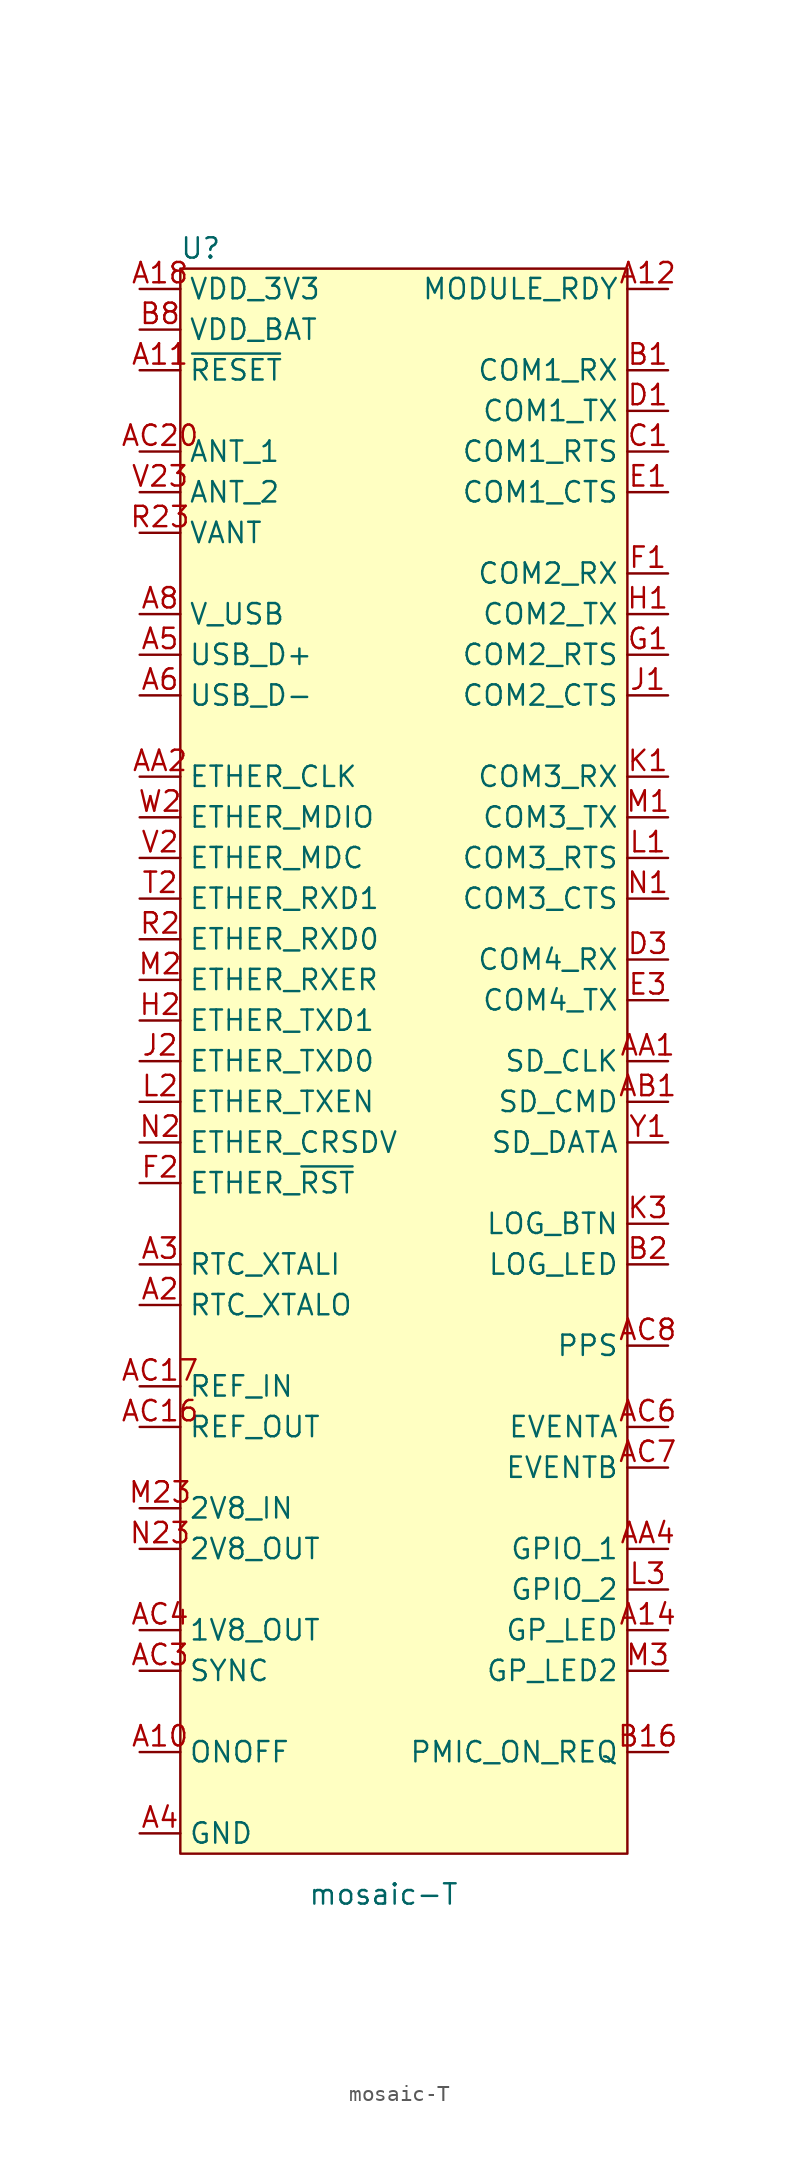
<source format=kicad_sym>
(kicad_symbol_lib
  (version 20231120)
  (generator "kicad_symbol_editor")
  (generator_version "8.0")
  (symbol "mosaic-T"
    (property "Reference" "U"
      (at -12.7 44.45 0)
      (effects (font (size 1.27 1.27))))
    (property "Value" "mosaic-T"
      (at -1.27 -58.42 0)
      (effects (font (size 1.27 1.27))))
    (symbol "mosaic-T_1_1"
      (rectangle (start -13.97 43.18) (end 13.97 -55.88) (stroke (width 0) (type default)) (fill (type background)))
      (pin input line (at -16.51 -49.53 0) (length 2.54) (name "ONOFF" (effects (font (size 1.27 1.27)))) (number "A10" (effects (font (size 1.27 1.27)))))
      (pin input line (at -16.51 36.83 0) (length 2.54) (name "~{RESET}" (effects (font (size 1.27 1.27)))) (number "A11" (effects (font (size 1.27 1.27)))))
      (pin output line (at 16.51 41.91 180) (length 2.54) (name "MODULE_RDY" (effects (font (size 1.27 1.27)))) (number "A12" (effects (font (size 1.27 1.27)))))
      (pin output line (at 16.51 -41.91 180) (length 2.54) (name "GP_LED" (effects (font (size 1.27 1.27)))) (number "A14" (effects (font (size 1.27 1.27)))))
      (pin power_in line (at -16.51 -54.61 0) (length 2.54) hide (name "GND" (effects (font (size 1.27 1.27)))) (number "A15" (effects (font (size 1.27 1.27)))) (alternate "PowerPins" input line))
      (pin power_in line (at -16.51 -54.61 0) (length 2.54) hide (name "GND" (effects (font (size 1.27 1.27)))) (number "A16" (effects (font (size 1.27 1.27)))) (alternate "PowerPins" input line))
      (pin power_in line (at -16.51 -54.61 0) (length 2.54) hide (name "GND" (effects (font (size 1.27 1.27)))) (number "A17" (effects (font (size 1.27 1.27)))) (alternate "PowerPins" input line))
      (pin power_in line (at -16.51 41.91 0) (length 2.54) (name "VDD_3V3" (effects (font (size 1.27 1.27)))) (number "A18" (effects (font (size 1.27 1.27)))))
      (pin power_in line (at -16.51 41.91 0) (length 2.54) hide (name "VDD_3V3" (effects (font (size 1.27 1.27)))) (number "A19" (effects (font (size 1.27 1.27)))))
      (pin output line (at -16.51 -21.59 0) (length 2.54) (name "RTC_XTALO" (effects (font (size 1.27 1.27)))) (number "A2" (effects (font (size 1.27 1.27)))))
      (pin power_in line (at -16.51 41.91 0) (length 2.54) hide (name "VDD_3V3" (effects (font (size 1.27 1.27)))) (number "A20" (effects (font (size 1.27 1.27)))))
      (pin power_in line (at -16.51 -54.61 0) (length 2.54) hide (name "GND" (effects (font (size 1.27 1.27)))) (number "A21" (effects (font (size 1.27 1.27)))) (alternate "PowerPins" input line))
      (pin power_in line (at -16.51 -54.61 0) (length 2.54) hide (name "GND" (effects (font (size 1.27 1.27)))) (number "A22" (effects (font (size 1.27 1.27)))) (alternate "PowerPins" input line))
      (pin power_in line (at -16.51 -54.61 0) (length 2.54) hide (name "GND" (effects (font (size 1.27 1.27)))) (number "A23" (effects (font (size 1.27 1.27)))) (alternate "PowerPins" input line))
      (pin input line (at -16.51 -19.05 0) (length 2.54) (name "RTC_XTALI" (effects (font (size 1.27 1.27)))) (number "A3" (effects (font (size 1.27 1.27)))))
      (pin power_in line (at -16.51 -54.61 0) (length 2.54) (name "GND" (effects (font (size 1.27 1.27)))) (number "A4" (effects (font (size 1.27 1.27)))) (alternate "PowerPins" input line))
      (pin bidirectional line (at -16.51 19.05 0) (length 2.54) (name "USB_D+" (effects (font (size 1.27 1.27)))) (number "A5" (effects (font (size 1.27 1.27)))))
      (pin bidirectional line (at -16.51 16.51 0) (length 2.54) (name "USB_D-" (effects (font (size 1.27 1.27)))) (number "A6" (effects (font (size 1.27 1.27)))))
      (pin power_in line (at -16.51 -54.61 0) (length 2.54) hide (name "GND" (effects (font (size 1.27 1.27)))) (number "A7" (effects (font (size 1.27 1.27)))) (alternate "PowerPins" input line))
      (pin power_in line (at -16.51 21.59 0) (length 2.54) (name "V_USB" (effects (font (size 1.27 1.27)))) (number "A8" (effects (font (size 1.27 1.27)))))
      (pin output line (at 16.51 -6.35 180) (length 2.54) (name "SD_CLK" (effects (font (size 1.27 1.27)))) (number "AA1" (effects (font (size 1.27 1.27)))))
      (pin power_in line (at -16.51 -54.61 0) (length 2.54) hide (name "GND" (effects (font (size 1.27 1.27)))) (number "AA13" (effects (font (size 1.27 1.27)))) (alternate "PowerPins" input line))
      (pin power_in line (at -16.51 -54.61 0) (length 2.54) hide (name "GND" (effects (font (size 1.27 1.27)))) (number "AA14" (effects (font (size 1.27 1.27)))) (alternate "PowerPins" input line))
      (pin power_in line (at -16.51 -54.61 0) (length 2.54) hide (name "GND" (effects (font (size 1.27 1.27)))) (number "AA15" (effects (font (size 1.27 1.27)))) (alternate "PowerPins" input line))
      (pin power_in line (at -16.51 -54.61 0) (length 2.54) hide (name "GND" (effects (font (size 1.27 1.27)))) (number "AA16" (effects (font (size 1.27 1.27)))) (alternate "PowerPins" input line))
      (pin power_in line (at -16.51 -54.61 0) (length 2.54) hide (name "GND" (effects (font (size 1.27 1.27)))) (number "AA17" (effects (font (size 1.27 1.27)))) (alternate "PowerPins" input line))
      (pin power_in line (at -16.51 -54.61 0) (length 2.54) hide (name "GND" (effects (font (size 1.27 1.27)))) (number "AA18" (effects (font (size 1.27 1.27)))) (alternate "PowerPins" input line))
      (pin power_in line (at -16.51 -54.61 0) (length 2.54) hide (name "GND" (effects (font (size 1.27 1.27)))) (number "AA19" (effects (font (size 1.27 1.27)))) (alternate "PowerPins" input line))
      (pin output line (at -16.51 11.43 0) (length 2.54) (name "ETHER_CLK" (effects (font (size 1.27 1.27)))) (number "AA2" (effects (font (size 1.27 1.27)))))
      (pin power_in line (at -16.51 -54.61 0) (length 2.54) hide (name "GND" (effects (font (size 1.27 1.27)))) (number "AA20" (effects (font (size 1.27 1.27)))) (alternate "PowerPins" input line))
      (pin power_in line (at -16.51 -54.61 0) (length 2.54) hide (name "GND" (effects (font (size 1.27 1.27)))) (number "AA21" (effects (font (size 1.27 1.27)))) (alternate "PowerPins" input line))
      (pin power_in line (at -16.51 -54.61 0) (length 2.54) hide (name "GND" (effects (font (size 1.27 1.27)))) (number "AA22" (effects (font (size 1.27 1.27)))) (alternate "PowerPins" input line))
      (pin power_in line (at -16.51 -54.61 0) (length 2.54) hide (name "GND" (effects (font (size 1.27 1.27)))) (number "AA23" (effects (font (size 1.27 1.27)))) (alternate "PowerPins" input line))
      (pin output line (at 16.51 -36.83 180) (length 2.54) (name "GPIO_1" (effects (font (size 1.27 1.27)))) (number "AA4" (effects (font (size 1.27 1.27)))))
      (pin output line (at 16.51 -8.89 180) (length 2.54) (name "SD_CMD" (effects (font (size 1.27 1.27)))) (number "AB1" (effects (font (size 1.27 1.27)))))
      (pin power_in line (at -16.51 -54.61 0) (length 2.54) hide (name "GND" (effects (font (size 1.27 1.27)))) (number "AB13" (effects (font (size 1.27 1.27)))) (alternate "PowerPins" input line))
      (pin power_in line (at -16.51 -54.61 0) (length 2.54) hide (name "GND" (effects (font (size 1.27 1.27)))) (number "AB14" (effects (font (size 1.27 1.27)))) (alternate "PowerPins" input line))
      (pin power_in line (at -16.51 -54.61 0) (length 2.54) hide (name "GND" (effects (font (size 1.27 1.27)))) (number "AB15" (effects (font (size 1.27 1.27)))) (alternate "PowerPins" input line))
      (pin power_in line (at -16.51 -54.61 0) (length 2.54) hide (name "GND" (effects (font (size 1.27 1.27)))) (number "AB16" (effects (font (size 1.27 1.27)))) (alternate "PowerPins" input line))
      (pin power_in line (at -16.51 -54.61 0) (length 2.54) hide (name "GND" (effects (font (size 1.27 1.27)))) (number "AB17" (effects (font (size 1.27 1.27)))) (alternate "PowerPins" input line))
      (pin power_in line (at -16.51 -54.61 0) (length 2.54) hide (name "GND" (effects (font (size 1.27 1.27)))) (number "AB18" (effects (font (size 1.27 1.27)))) (alternate "PowerPins" input line))
      (pin power_in line (at -16.51 -54.61 0) (length 2.54) hide (name "GND" (effects (font (size 1.27 1.27)))) (number "AB19" (effects (font (size 1.27 1.27)))) (alternate "PowerPins" input line))
      (pin power_in line (at -16.51 -54.61 0) (length 2.54) hide (name "GND" (effects (font (size 1.27 1.27)))) (number "AB2" (effects (font (size 1.27 1.27)))) (alternate "PowerPins" input line))
      (pin power_in line (at -16.51 -54.61 0) (length 2.54) hide (name "GND" (effects (font (size 1.27 1.27)))) (number "AB20" (effects (font (size 1.27 1.27)))) (alternate "PowerPins" input line))
      (pin power_in line (at -16.51 -54.61 0) (length 2.54) hide (name "GND" (effects (font (size 1.27 1.27)))) (number "AB21" (effects (font (size 1.27 1.27)))) (alternate "PowerPins" input line))
      (pin power_in line (at -16.51 -54.61 0) (length 2.54) hide (name "GND" (effects (font (size 1.27 1.27)))) (number "AB22" (effects (font (size 1.27 1.27)))) (alternate "PowerPins" input line))
      (pin power_in line (at -16.51 -54.61 0) (length 2.54) hide (name "GND" (effects (font (size 1.27 1.27)))) (number "AB23" (effects (font (size 1.27 1.27)))) (alternate "PowerPins" input line))
      (pin power_in line (at -16.51 -54.61 0) (length 2.54) hide (name "GND" (effects (font (size 1.27 1.27)))) (number "AB3" (effects (font (size 1.27 1.27)))) (alternate "PowerPins" input line))
      (pin power_in line (at -16.51 -54.61 0) (length 2.54) hide (name "GND" (effects (font (size 1.27 1.27)))) (number "AB4" (effects (font (size 1.27 1.27)))) (alternate "PowerPins" input line))
      (pin power_in line (at -16.51 -54.61 0) (length 2.54) hide (name "GND" (effects (font (size 1.27 1.27)))) (number "AB5" (effects (font (size 1.27 1.27)))) (alternate "PowerPins" input line))
      (pin power_in line (at -16.51 -54.61 0) (length 2.54) hide (name "GND" (effects (font (size 1.27 1.27)))) (number "AB6" (effects (font (size 1.27 1.27)))) (alternate "PowerPins" input line))
      (pin power_in line (at -16.51 -54.61 0) (length 2.54) hide (name "GND" (effects (font (size 1.27 1.27)))) (number "AB7" (effects (font (size 1.27 1.27)))) (alternate "PowerPins" input line))
      (pin power_in line (at -16.51 -54.61 0) (length 2.54) hide (name "GND" (effects (font (size 1.27 1.27)))) (number "AB8" (effects (font (size 1.27 1.27)))) (alternate "PowerPins" input line))
      (pin power_in line (at -16.51 -54.61 0) (length 2.54) hide (name "GND" (effects (font (size 1.27 1.27)))) (number "AC13" (effects (font (size 1.27 1.27)))) (alternate "PowerPins" input line))
      (pin no_connect line (at -13.97 -24.13 0) (length 2.54) hide (name "VTUNE" (effects (font (size 1.27 1.27)))) (number "AC14" (effects (font (size 1.27 1.27)))) (alternate "PowerPins" input line))
      (pin power_in line (at -16.51 -54.61 0) (length 2.54) hide (name "GND" (effects (font (size 1.27 1.27)))) (number "AC15" (effects (font (size 1.27 1.27)))) (alternate "PowerPins" input line))
      (pin output line (at -16.51 -29.21 0) (length 2.54) (name "REF_OUT" (effects (font (size 1.27 1.27)))) (number "AC16" (effects (font (size 1.27 1.27)))))
      (pin input line (at -16.51 -26.67 0) (length 2.54) (name "REF_IN" (effects (font (size 1.27 1.27)))) (number "AC17" (effects (font (size 1.27 1.27)))))
      (pin power_in line (at -16.51 -54.61 0) (length 2.54) hide (name "GND" (effects (font (size 1.27 1.27)))) (number "AC18" (effects (font (size 1.27 1.27)))) (alternate "PowerPins" input line))
      (pin power_in line (at -16.51 -54.61 0) (length 2.54) hide (name "GND" (effects (font (size 1.27 1.27)))) (number "AC19" (effects (font (size 1.27 1.27)))) (alternate "PowerPins" input line))
      (pin input line (at -16.51 31.75 0) (length 2.54) (name "ANT_1" (effects (font (size 1.27 1.27)))) (number "AC20" (effects (font (size 1.27 1.27)))))
      (pin power_in line (at -16.51 -54.61 0) (length 2.54) hide (name "GND" (effects (font (size 1.27 1.27)))) (number "AC21" (effects (font (size 1.27 1.27)))) (alternate "PowerPins" input line))
      (pin power_in line (at -16.51 -54.61 0) (length 2.54) hide (name "GND" (effects (font (size 1.27 1.27)))) (number "AC22" (effects (font (size 1.27 1.27)))) (alternate "PowerPins" input line))
      (pin power_in line (at -16.51 -54.61 0) (length 2.54) hide (name "GND" (effects (font (size 1.27 1.27)))) (number "AC23" (effects (font (size 1.27 1.27)))) (alternate "PowerPins" input line))
      (pin input line (at -16.51 -44.45 0) (length 2.54) (name "SYNC" (effects (font (size 1.27 1.27)))) (number "AC3" (effects (font (size 1.27 1.27)))))
      (pin power_out line (at -16.51 -41.91 0) (length 2.54) (name "1V8_OUT" (effects (font (size 1.27 1.27)))) (number "AC4" (effects (font (size 1.27 1.27)))))
      (pin input line (at 16.51 -29.21 180) (length 2.54) (name "EVENTA" (effects (font (size 1.27 1.27)))) (number "AC6" (effects (font (size 1.27 1.27)))))
      (pin input line (at 16.51 -31.75 180) (length 2.54) (name "EVENTB" (effects (font (size 1.27 1.27)))) (number "AC7" (effects (font (size 1.27 1.27)))))
      (pin output line (at 16.51 -24.13 180) (length 2.54) (name "PPS" (effects (font (size 1.27 1.27)))) (number "AC8" (effects (font (size 1.27 1.27)))))
      (pin input line (at 16.51 36.83 180) (length 2.54) (name "COM1_RX" (effects (font (size 1.27 1.27)))) (number "B1" (effects (font (size 1.27 1.27)))))
      (pin power_in line (at -16.51 -54.61 0) (length 2.54) hide (name "GND" (effects (font (size 1.27 1.27)))) (number "B13" (effects (font (size 1.27 1.27)))) (alternate "PowerPins" input line))
      (pin output line (at 16.51 -49.53 180) (length 2.54) (name "PMIC_ON_REQ" (effects (font (size 1.27 1.27)))) (number "B16" (effects (font (size 1.27 1.27)))))
      (pin power_in line (at -16.51 -54.61 0) (length 2.54) hide (name "GND" (effects (font (size 1.27 1.27)))) (number "B17" (effects (font (size 1.27 1.27)))) (alternate "PowerPins" input line))
      (pin power_in line (at -16.51 41.91 0) (length 2.54) hide (name "VDD_3V3" (effects (font (size 1.27 1.27)))) (number "B18" (effects (font (size 1.27 1.27)))))
      (pin power_in line (at -16.51 41.91 0) (length 2.54) hide (name "VDD_3V3" (effects (font (size 1.27 1.27)))) (number "B19" (effects (font (size 1.27 1.27)))))
      (pin output line (at 16.51 -19.05 180) (length 2.54) (name "LOG_LED" (effects (font (size 1.27 1.27)))) (number "B2" (effects (font (size 1.27 1.27)))))
      (pin power_in line (at -16.51 41.91 0) (length 2.54) hide (name "VDD_3V3" (effects (font (size 1.27 1.27)))) (number "B20" (effects (font (size 1.27 1.27)))))
      (pin power_in line (at -16.51 -54.61 0) (length 2.54) hide (name "GND" (effects (font (size 1.27 1.27)))) (number "B21" (effects (font (size 1.27 1.27)))) (alternate "PowerPins" input line))
      (pin power_in line (at -16.51 -54.61 0) (length 2.54) hide (name "GND" (effects (font (size 1.27 1.27)))) (number "B4" (effects (font (size 1.27 1.27)))) (alternate "PowerPins" input line))
      (pin power_in line (at -16.51 -54.61 0) (length 2.54) hide (name "GND" (effects (font (size 1.27 1.27)))) (number "B5" (effects (font (size 1.27 1.27)))) (alternate "PowerPins" input line))
      (pin power_in line (at -16.51 -54.61 0) (length 2.54) hide (name "GND" (effects (font (size 1.27 1.27)))) (number "B6" (effects (font (size 1.27 1.27)))) (alternate "PowerPins" input line))
      (pin power_in line (at -16.51 -54.61 0) (length 2.54) hide (name "GND" (effects (font (size 1.27 1.27)))) (number "B7" (effects (font (size 1.27 1.27)))) (alternate "PowerPins" input line))
      (pin power_in line (at -16.51 39.37 0) (length 2.54) (name "VDD_BAT" (effects (font (size 1.27 1.27)))) (number "B8" (effects (font (size 1.27 1.27)))))
      (pin output line (at 16.51 31.75 180) (length 2.54) (name "COM1_RTS" (effects (font (size 1.27 1.27)))) (number "C1" (effects (font (size 1.27 1.27)))))
      (pin power_in line (at -16.51 -54.61 0) (length 2.54) hide (name "GND" (effects (font (size 1.27 1.27)))) (number "C15" (effects (font (size 1.27 1.27)))) (alternate "PowerPins" input line))
      (pin power_in line (at -16.51 -54.61 0) (length 2.54) hide (name "GND" (effects (font (size 1.27 1.27)))) (number "C16" (effects (font (size 1.27 1.27)))) (alternate "PowerPins" input line))
      (pin power_in line (at -16.51 -54.61 0) (length 2.54) hide (name "GND" (effects (font (size 1.27 1.27)))) (number "C17" (effects (font (size 1.27 1.27)))) (alternate "PowerPins" input line))
      (pin power_in line (at -16.51 41.91 0) (length 2.54) hide (name "VDD_3V3" (effects (font (size 1.27 1.27)))) (number "C18" (effects (font (size 1.27 1.27)))))
      (pin power_in line (at -16.51 41.91 0) (length 2.54) hide (name "VDD_3V3" (effects (font (size 1.27 1.27)))) (number "C19" (effects (font (size 1.27 1.27)))))
      (pin power_in line (at -16.51 41.91 0) (length 2.54) hide (name "VDD_3V3" (effects (font (size 1.27 1.27)))) (number "C20" (effects (font (size 1.27 1.27)))))
      (pin power_in line (at -16.51 -54.61 0) (length 2.54) hide (name "GND" (effects (font (size 1.27 1.27)))) (number "C23" (effects (font (size 1.27 1.27)))) (alternate "PowerPins" input line))
      (pin power_in line (at -16.51 -54.61 0) (length 2.54) hide (name "GND" (effects (font (size 1.27 1.27)))) (number "C4" (effects (font (size 1.27 1.27)))) (alternate "PowerPins" input line))
      (pin power_in line (at -16.51 -54.61 0) (length 2.54) hide (name "GND" (effects (font (size 1.27 1.27)))) (number "C7" (effects (font (size 1.27 1.27)))) (alternate "PowerPins" input line))
      (pin output line (at 16.51 34.29 180) (length 2.54) (name "COM1_TX" (effects (font (size 1.27 1.27)))) (number "D1" (effects (font (size 1.27 1.27)))))
      (pin power_in line (at -16.51 -54.61 0) (length 2.54) hide (name "GND" (effects (font (size 1.27 1.27)))) (number "D2" (effects (font (size 1.27 1.27)))) (alternate "PowerPins" input line))
      (pin power_in line (at -16.51 -54.61 0) (length 2.54) hide (name "GND" (effects (font (size 1.27 1.27)))) (number "D21" (effects (font (size 1.27 1.27)))) (alternate "PowerPins" input line))
      (pin power_in line (at -16.51 -54.61 0) (length 2.54) hide (name "GND" (effects (font (size 1.27 1.27)))) (number "D22" (effects (font (size 1.27 1.27)))) (alternate "PowerPins" input line))
      (pin power_in line (at -16.51 -54.61 0) (length 2.54) hide (name "GND" (effects (font (size 1.27 1.27)))) (number "D23" (effects (font (size 1.27 1.27)))) (alternate "PowerPins" input line))
      (pin output line (at 16.51 0 180) (length 2.54) (name "COM4_RX" (effects (font (size 1.27 1.27)))) (number "D3" (effects (font (size 1.27 1.27)))))
      (pin input line (at 16.51 29.21 180) (length 2.54) (name "COM1_CTS" (effects (font (size 1.27 1.27)))) (number "E1" (effects (font (size 1.27 1.27)))))
      (pin power_in line (at -16.51 -54.61 0) (length 2.54) hide (name "GND" (effects (font (size 1.27 1.27)))) (number "E2" (effects (font (size 1.27 1.27)))) (alternate "PowerPins" input line))
      (pin power_in line (at -16.51 -54.61 0) (length 2.54) hide (name "GND" (effects (font (size 1.27 1.27)))) (number "E21" (effects (font (size 1.27 1.27)))) (alternate "PowerPins" input line))
      (pin power_in line (at -16.51 -54.61 0) (length 2.54) hide (name "GND" (effects (font (size 1.27 1.27)))) (number "E22" (effects (font (size 1.27 1.27)))) (alternate "PowerPins" input line))
      (pin power_in line (at -16.51 -54.61 0) (length 2.54) hide (name "GND" (effects (font (size 1.27 1.27)))) (number "E23" (effects (font (size 1.27 1.27)))) (alternate "PowerPins" input line))
      (pin output line (at 16.51 -2.54 180) (length 2.54) (name "COM4_TX" (effects (font (size 1.27 1.27)))) (number "E3" (effects (font (size 1.27 1.27)))))
      (pin input line (at 16.51 24.13 180) (length 2.54) (name "COM2_RX" (effects (font (size 1.27 1.27)))) (number "F1" (effects (font (size 1.27 1.27)))))
      (pin output line (at -16.51 -13.97 0) (length 2.54) (name "ETHER_~{RST}" (effects (font (size 1.27 1.27)))) (number "F2" (effects (font (size 1.27 1.27)))))
      (pin power_in line (at -16.51 -54.61 0) (length 2.54) hide (name "GND" (effects (font (size 1.27 1.27)))) (number "F21" (effects (font (size 1.27 1.27)))) (alternate "PowerPins" input line))
      (pin power_in line (at -16.51 -54.61 0) (length 2.54) hide (name "GND" (effects (font (size 1.27 1.27)))) (number "F22" (effects (font (size 1.27 1.27)))) (alternate "PowerPins" input line))
      (pin power_in line (at -16.51 -54.61 0) (length 2.54) hide (name "GND" (effects (font (size 1.27 1.27)))) (number "F23" (effects (font (size 1.27 1.27)))) (alternate "PowerPins" input line))
      (pin output line (at 16.51 19.05 180) (length 2.54) (name "COM2_RTS" (effects (font (size 1.27 1.27)))) (number "G1" (effects (font (size 1.27 1.27)))))
      (pin power_in line (at -16.51 -54.61 0) (length 2.54) hide (name "GND" (effects (font (size 1.27 1.27)))) (number "G2" (effects (font (size 1.27 1.27)))) (alternate "PowerPins" input line))
      (pin power_in line (at -16.51 -54.61 0) (length 2.54) hide (name "GND" (effects (font (size 1.27 1.27)))) (number "G21" (effects (font (size 1.27 1.27)))) (alternate "PowerPins" input line))
      (pin power_in line (at -16.51 -54.61 0) (length 2.54) hide (name "GND" (effects (font (size 1.27 1.27)))) (number "G23" (effects (font (size 1.27 1.27)))) (alternate "PowerPins" input line))
      (pin output line (at 16.51 21.59 180) (length 2.54) (name "COM2_TX" (effects (font (size 1.27 1.27)))) (number "H1" (effects (font (size 1.27 1.27)))))
      (pin output line (at -16.51 -3.81 0) (length 2.54) (name "ETHER_TXD1" (effects (font (size 1.27 1.27)))) (number "H2" (effects (font (size 1.27 1.27)))))
      (pin power_in line (at -16.51 -54.61 0) (length 2.54) hide (name "GND" (effects (font (size 1.27 1.27)))) (number "H21" (effects (font (size 1.27 1.27)))) (alternate "PowerPins" input line))
      (pin power_in line (at -16.51 -54.61 0) (length 2.54) hide (name "GND" (effects (font (size 1.27 1.27)))) (number "H22" (effects (font (size 1.27 1.27)))) (alternate "PowerPins" input line))
      (pin power_in line (at -16.51 -54.61 0) (length 2.54) hide (name "GND" (effects (font (size 1.27 1.27)))) (number "H23" (effects (font (size 1.27 1.27)))) (alternate "PowerPins" input line))
      (pin input line (at 16.51 16.51 180) (length 2.54) (name "COM2_CTS" (effects (font (size 1.27 1.27)))) (number "J1" (effects (font (size 1.27 1.27)))))
      (pin output line (at -16.51 -6.35 0) (length 2.54) (name "ETHER_TXD0" (effects (font (size 1.27 1.27)))) (number "J2" (effects (font (size 1.27 1.27)))))
      (pin power_in line (at -16.51 -54.61 0) (length 2.54) hide (name "GND" (effects (font (size 1.27 1.27)))) (number "J21" (effects (font (size 1.27 1.27)))) (alternate "PowerPins" input line))
      (pin power_in line (at -16.51 -54.61 0) (length 2.54) hide (name "GND" (effects (font (size 1.27 1.27)))) (number "J22" (effects (font (size 1.27 1.27)))) (alternate "PowerPins" input line))
      (pin power_in line (at -16.51 -54.61 0) (length 2.54) hide (name "GND" (effects (font (size 1.27 1.27)))) (number "J23" (effects (font (size 1.27 1.27)))) (alternate "PowerPins" input line))
      (pin input line (at 16.51 11.43 180) (length 2.54) (name "COM3_RX" (effects (font (size 1.27 1.27)))) (number "K1" (effects (font (size 1.27 1.27)))))
      (pin power_in line (at -16.51 -54.61 0) (length 2.54) hide (name "GND" (effects (font (size 1.27 1.27)))) (number "K2" (effects (font (size 1.27 1.27)))) (alternate "PowerPins" input line))
      (pin power_in line (at -16.51 -54.61 0) (length 2.54) hide (name "GND" (effects (font (size 1.27 1.27)))) (number "K21" (effects (font (size 1.27 1.27)))) (alternate "PowerPins" input line))
      (pin power_in line (at -16.51 -54.61 0) (length 2.54) hide (name "GND" (effects (font (size 1.27 1.27)))) (number "K22" (effects (font (size 1.27 1.27)))) (alternate "PowerPins" input line))
      (pin power_in line (at -16.51 -54.61 0) (length 2.54) hide (name "GND" (effects (font (size 1.27 1.27)))) (number "K23" (effects (font (size 1.27 1.27)))) (alternate "PowerPins" input line))
      (pin input line (at 16.51 -16.51 180) (length 2.54) (name "LOG_BTN" (effects (font (size 1.27 1.27)))) (number "K3" (effects (font (size 1.27 1.27)))))
      (pin output line (at 16.51 6.35 180) (length 2.54) (name "COM3_RTS" (effects (font (size 1.27 1.27)))) (number "L1" (effects (font (size 1.27 1.27)))))
      (pin output line (at -16.51 -8.89 0) (length 2.54) (name "ETHER_TXEN" (effects (font (size 1.27 1.27)))) (number "L2" (effects (font (size 1.27 1.27)))))
      (pin power_in line (at -16.51 -54.61 0) (length 2.54) hide (name "GND" (effects (font (size 1.27 1.27)))) (number "L21" (effects (font (size 1.27 1.27)))) (alternate "PowerPins" input line))
      (pin power_in line (at -16.51 -54.61 0) (length 2.54) hide (name "GND" (effects (font (size 1.27 1.27)))) (number "L22" (effects (font (size 1.27 1.27)))) (alternate "PowerPins" input line))
      (pin power_in line (at -16.51 -54.61 0) (length 2.54) hide (name "GND" (effects (font (size 1.27 1.27)))) (number "L23" (effects (font (size 1.27 1.27)))) (alternate "PowerPins" input line))
      (pin output line (at 16.51 -39.37 180) (length 2.54) (name "GPIO_2" (effects (font (size 1.27 1.27)))) (number "L3" (effects (font (size 1.27 1.27)))))
      (pin output line (at 16.51 8.89 180) (length 2.54) (name "COM3_TX" (effects (font (size 1.27 1.27)))) (number "M1" (effects (font (size 1.27 1.27)))))
      (pin input line (at -16.51 -1.27 0) (length 2.54) (name "ETHER_RXER" (effects (font (size 1.27 1.27)))) (number "M2" (effects (font (size 1.27 1.27)))))
      (pin power_in line (at -16.51 -54.61 0) (length 2.54) hide (name "GND" (effects (font (size 1.27 1.27)))) (number "M21" (effects (font (size 1.27 1.27)))) (alternate "PowerPins" input line))
      (pin power_in line (at -16.51 -54.61 0) (length 2.54) hide (name "GND" (effects (font (size 1.27 1.27)))) (number "M22" (effects (font (size 1.27 1.27)))) (alternate "PowerPins" input line))
      (pin power_in line (at -16.51 -34.29 0) (length 2.54) (name "2V8_IN" (effects (font (size 1.27 1.27)))) (number "M23" (effects (font (size 1.27 1.27)))))
      (pin output line (at 16.51 -44.45 180) (length 2.54) (name "GP_LED2" (effects (font (size 1.27 1.27)))) (number "M3" (effects (font (size 1.27 1.27)))))
      (pin input line (at 16.51 3.81 180) (length 2.54) (name "COM3_CTS" (effects (font (size 1.27 1.27)))) (number "N1" (effects (font (size 1.27 1.27)))))
      (pin input line (at -16.51 -11.43 0) (length 2.54) (name "ETHER_CRSDV" (effects (font (size 1.27 1.27)))) (number "N2" (effects (font (size 1.27 1.27)))))
      (pin power_in line (at -16.51 -54.61 0) (length 2.54) hide (name "GND" (effects (font (size 1.27 1.27)))) (number "N21" (effects (font (size 1.27 1.27)))) (alternate "PowerPins" input line))
      (pin power_in line (at -16.51 -54.61 0) (length 2.54) hide (name "GND" (effects (font (size 1.27 1.27)))) (number "N22" (effects (font (size 1.27 1.27)))) (alternate "PowerPins" input line))
      (pin power_out line (at -16.51 -36.83 0) (length 2.54) (name "2V8_OUT" (effects (font (size 1.27 1.27)))) (number "N23" (effects (font (size 1.27 1.27)))))
      (pin power_in line (at -16.51 -54.61 0) (length 2.54) hide (name "GND" (effects (font (size 1.27 1.27)))) (number "P1" (effects (font (size 1.27 1.27)))) (alternate "PowerPins" input line))
      (pin power_in line (at -16.51 -54.61 0) (length 2.54) hide (name "GND" (effects (font (size 1.27 1.27)))) (number "P2" (effects (font (size 1.27 1.27)))) (alternate "PowerPins" input line))
      (pin power_in line (at -16.51 -54.61 0) (length 2.54) hide (name "GND" (effects (font (size 1.27 1.27)))) (number "P21" (effects (font (size 1.27 1.27)))) (alternate "PowerPins" input line))
      (pin power_in line (at -16.51 -54.61 0) (length 2.54) hide (name "GND" (effects (font (size 1.27 1.27)))) (number "P22" (effects (font (size 1.27 1.27)))) (alternate "PowerPins" input line))
      (pin power_in line (at -16.51 26.67 0) (length 2.54) hide (name "VANT" (effects (font (size 1.27 1.27)))) (number "P23" (effects (font (size 1.27 1.27)))))
      (pin power_in line (at -16.51 -54.61 0) (length 2.54) hide (name "GND" (effects (font (size 1.27 1.27)))) (number "P3" (effects (font (size 1.27 1.27)))) (alternate "PowerPins" input line))
      (pin input line (at -16.51 1.27 0) (length 2.54) (name "ETHER_RXD0" (effects (font (size 1.27 1.27)))) (number "R2" (effects (font (size 1.27 1.27)))))
      (pin power_in line (at -16.51 -54.61 0) (length 2.54) hide (name "GND" (effects (font (size 1.27 1.27)))) (number "R21" (effects (font (size 1.27 1.27)))) (alternate "PowerPins" input line))
      (pin power_in line (at -16.51 -54.61 0) (length 2.54) hide (name "GND" (effects (font (size 1.27 1.27)))) (number "R22" (effects (font (size 1.27 1.27)))) (alternate "PowerPins" input line))
      (pin power_in line (at -16.51 26.67 0) (length 2.54) (name "VANT" (effects (font (size 1.27 1.27)))) (number "R23" (effects (font (size 1.27 1.27)))))
      (pin power_in line (at -16.51 -54.61 0) (length 2.54) hide (name "GND" (effects (font (size 1.27 1.27)))) (number "R3" (effects (font (size 1.27 1.27)))) (alternate "PowerPins" input line))
      (pin input line (at -16.51 3.81 0) (length 2.54) (name "ETHER_RXD1" (effects (font (size 1.27 1.27)))) (number "T2" (effects (font (size 1.27 1.27)))))
      (pin power_in line (at -16.51 -54.61 0) (length 2.54) hide (name "GND" (effects (font (size 1.27 1.27)))) (number "T21" (effects (font (size 1.27 1.27)))) (alternate "PowerPins" input line))
      (pin power_in line (at -16.51 -54.61 0) (length 2.54) hide (name "GND" (effects (font (size 1.27 1.27)))) (number "T22" (effects (font (size 1.27 1.27)))) (alternate "PowerPins" input line))
      (pin power_in line (at -16.51 -54.61 0) (length 2.54) hide (name "GND" (effects (font (size 1.27 1.27)))) (number "T23" (effects (font (size 1.27 1.27)))) (alternate "PowerPins" input line))
      (pin power_in line (at -16.51 -54.61 0) (length 2.54) hide (name "GND" (effects (font (size 1.27 1.27)))) (number "U2" (effects (font (size 1.27 1.27)))) (alternate "PowerPins" input line))
      (pin power_in line (at -16.51 -54.61 0) (length 2.54) hide (name "GND" (effects (font (size 1.27 1.27)))) (number "U21" (effects (font (size 1.27 1.27)))) (alternate "PowerPins" input line))
      (pin power_in line (at -16.51 -54.61 0) (length 2.54) hide (name "GND" (effects (font (size 1.27 1.27)))) (number "U22" (effects (font (size 1.27 1.27)))) (alternate "PowerPins" input line))
      (pin power_in line (at -16.51 -54.61 0) (length 2.54) hide (name "GND" (effects (font (size 1.27 1.27)))) (number "U23" (effects (font (size 1.27 1.27)))) (alternate "PowerPins" input line))
      (pin output line (at -16.51 6.35 0) (length 2.54) (name "ETHER_MDC" (effects (font (size 1.27 1.27)))) (number "V2" (effects (font (size 1.27 1.27)))))
      (pin power_in line (at -16.51 -54.61 0) (length 2.54) hide (name "GND" (effects (font (size 1.27 1.27)))) (number "V21" (effects (font (size 1.27 1.27)))) (alternate "PowerPins" input line))
      (pin power_in line (at -16.51 -54.61 0) (length 2.54) hide (name "GND" (effects (font (size 1.27 1.27)))) (number "V22" (effects (font (size 1.27 1.27)))) (alternate "PowerPins" input line))
      (pin input line (at -16.51 29.21 0) (length 2.54) (name "ANT_2" (effects (font (size 1.27 1.27)))) (number "V23" (effects (font (size 1.27 1.27)))))
      (pin bidirectional line (at -16.51 8.89 0) (length 2.54) (name "ETHER_MDIO" (effects (font (size 1.27 1.27)))) (number "W2" (effects (font (size 1.27 1.27)))))
      (pin power_in line (at -16.51 -54.61 0) (length 2.54) hide (name "GND" (effects (font (size 1.27 1.27)))) (number "W21" (effects (font (size 1.27 1.27)))) (alternate "PowerPins" input line))
      (pin power_in line (at -16.51 -54.61 0) (length 2.54) hide (name "GND" (effects (font (size 1.27 1.27)))) (number "W22" (effects (font (size 1.27 1.27)))) (alternate "PowerPins" input line))
      (pin power_in line (at -16.51 -54.61 0) (length 2.54) hide (name "GND" (effects (font (size 1.27 1.27)))) (number "W23" (effects (font (size 1.27 1.27)))) (alternate "PowerPins" input line))
      (pin bidirectional line (at 16.51 -11.43 180) (length 2.54) (name "SD_DATA" (effects (font (size 1.27 1.27)))) (number "Y1" (effects (font (size 1.27 1.27)))))
      (pin power_in line (at -16.51 -54.61 0) (length 2.54) hide (name "GND" (effects (font (size 1.27 1.27)))) (number "Y2" (effects (font (size 1.27 1.27)))) (alternate "PowerPins" input line))
      (pin power_in line (at -16.51 -54.61 0) (length 2.54) hide (name "GND" (effects (font (size 1.27 1.27)))) (number "Y21" (effects (font (size 1.27 1.27)))) (alternate "PowerPins" input line))
      (pin power_in line (at -16.51 -54.61 0) (length 2.54) hide (name "GND" (effects (font (size 1.27 1.27)))) (number "Y22" (effects (font (size 1.27 1.27)))) (alternate "PowerPins" input line))
      (pin power_in line (at -16.51 -54.61 0) (length 2.54) hide (name "GND" (effects (font (size 1.27 1.27)))) (number "Y23" (effects (font (size 1.27 1.27)))) (alternate "PowerPins" input line)))))
</source>
